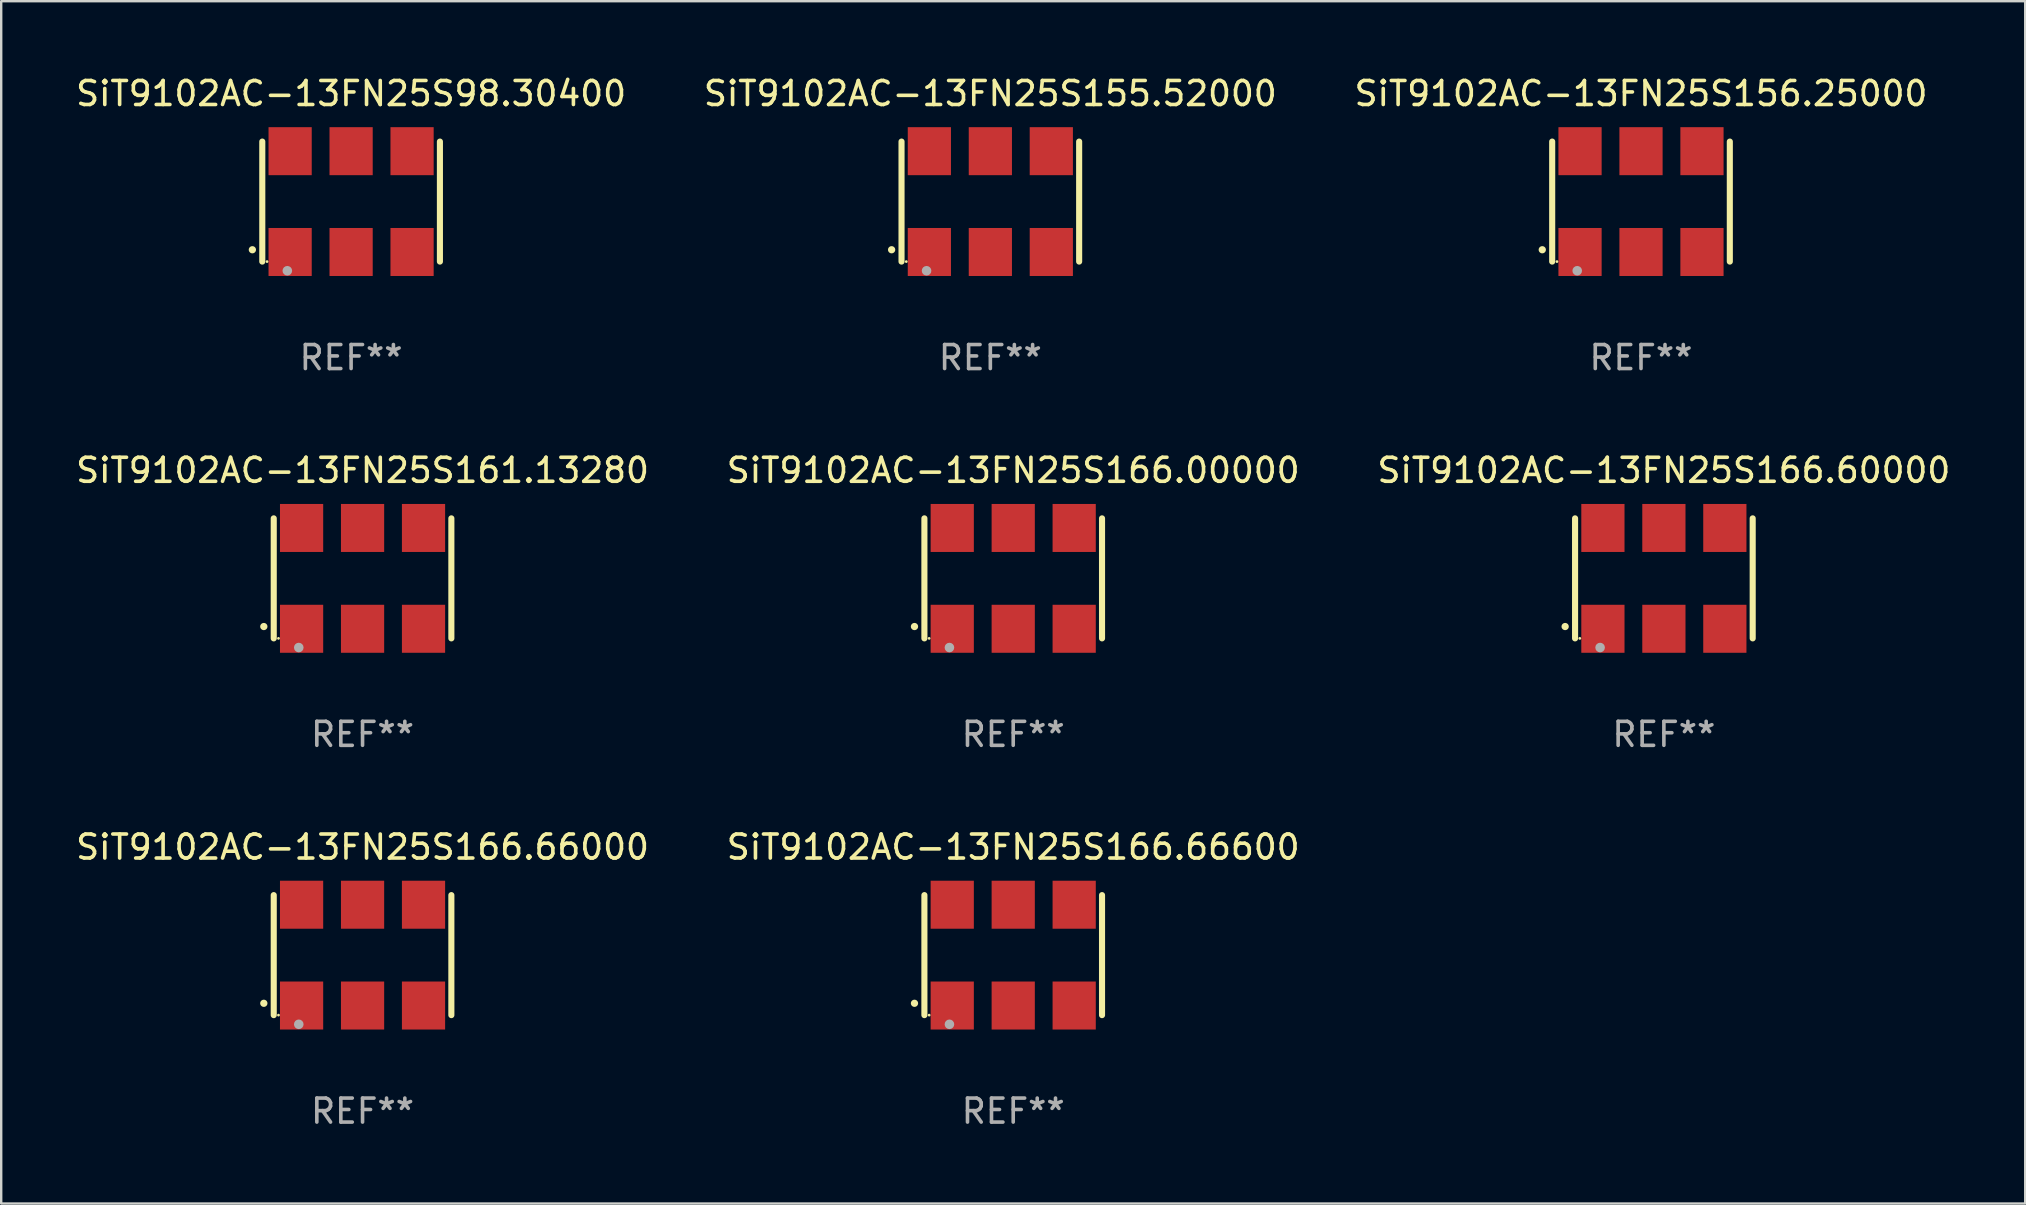
<source format=kicad_pcb>
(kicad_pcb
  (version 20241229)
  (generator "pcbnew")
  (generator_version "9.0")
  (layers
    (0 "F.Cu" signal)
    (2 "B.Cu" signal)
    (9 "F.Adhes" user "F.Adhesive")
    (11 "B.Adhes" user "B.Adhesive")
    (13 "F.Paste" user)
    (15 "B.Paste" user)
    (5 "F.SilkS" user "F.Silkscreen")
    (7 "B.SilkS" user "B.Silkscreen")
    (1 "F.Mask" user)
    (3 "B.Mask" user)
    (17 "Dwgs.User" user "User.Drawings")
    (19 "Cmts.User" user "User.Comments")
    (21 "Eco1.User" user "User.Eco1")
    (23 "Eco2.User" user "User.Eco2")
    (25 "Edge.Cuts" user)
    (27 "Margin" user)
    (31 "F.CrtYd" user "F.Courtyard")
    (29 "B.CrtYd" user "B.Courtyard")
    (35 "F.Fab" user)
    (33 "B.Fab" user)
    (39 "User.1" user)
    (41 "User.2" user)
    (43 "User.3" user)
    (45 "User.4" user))
  (footprint "SiT9102AC-13FN25S161.13280"
    (layer "F.Cu")
    (at 12.054 21.045)
    (property "Reference" "SiT9102AC-13FN25S161.13280" (at 0 -4.5 0) (layer "F.SilkS") (effects (font (size 1 1) (thickness 0.15))))
    (attr through_hole)
    (fp_line (start -3.7 -2.5) (end -3.7 2.5) (stroke (width 0.254) (type solid)) (layer "F.SilkS"))
    (fp_line (start 3.7 -2.5) (end 3.7 2.5) (stroke (width 0.254) (type solid)) (layer "F.SilkS"))
    (fp_arc (start -4.114415 2.006604) (mid -4.113145 2.006599) (end -4.111875 2.006604) (stroke (width 0.3) (type solid)) (layer "F.SilkS"))
    (fp_circle (center -3.502 2.5) (end -3.472 2.5) (stroke (width 0.06) (type solid)) (fill no) (layer "F.SilkS"))
    (fp_circle (center -2.657 2.882) (end -2.557 2.882) (stroke (width 0.2) (type solid)) (fill no) (layer "F.Fab"))
    (fp_text user "REF**" (at 0 6.5 0) (layer "F.Fab") (effects (font (size 1 1) (thickness 0.15))))
    (pad "1" smd rect (at -2.54 2.1) (size 1.8 2) (layers "F.Cu" "F.Mask" "F.Paste"))
    (pad "2" smd rect (at 0.000394 2.1) (size 1.8 2) (layers "F.Cu" "F.Mask" "F.Paste"))
    (pad "3" smd rect (at 2.54 2.1) (size 1.8 2) (layers "F.Cu" "F.Mask" "F.Paste"))
    (pad "4" smd rect (at 2.54 -2.1) (size 1.8 2) (layers "F.Cu" "F.Mask" "F.Paste"))
    (pad "5" smd rect (at 0.000394 -2.1) (size 1.8 2) (layers "F.Cu" "F.Mask" "F.Paste"))
    (pad "6" smd rect (at -2.54 -2.1) (size 1.8 2) (layers "F.Cu" "F.Mask" "F.Paste")))
  (footprint "SiT9102AC-13FN25S156.25000"
    (layer "F.Cu")
    (at 65.315 5.348)
    (property "Reference" "SiT9102AC-13FN25S156.25000" (at 0 -4.5 0) (layer "F.SilkS") (effects (font (size 1 1) (thickness 0.15))))
    (attr through_hole)
    (fp_line (start -3.7 -2.5) (end -3.7 2.5) (stroke (width 0.254) (type solid)) (layer "F.SilkS"))
    (fp_line (start 3.7 -2.5) (end 3.7 2.5) (stroke (width 0.254) (type solid)) (layer "F.SilkS"))
    (fp_arc (start -4.114415 2.006604) (mid -4.113145 2.006599) (end -4.111875 2.006604) (stroke (width 0.3) (type solid)) (layer "F.SilkS"))
    (fp_circle (center -3.502 2.5) (end -3.472 2.5) (stroke (width 0.06) (type solid)) (fill no) (layer "F.SilkS"))
    (fp_circle (center -2.657 2.882) (end -2.557 2.882) (stroke (width 0.2) (type solid)) (fill no) (layer "F.Fab"))
    (fp_text user "REF**" (at 0 6.5 0) (layer "F.Fab") (effects (font (size 1 1) (thickness 0.15))))
    (pad "1" smd rect (at -2.54 2.1) (size 1.8 2) (layers "F.Cu" "F.Mask" "F.Paste"))
    (pad "2" smd rect (at 0.000394 2.1) (size 1.8 2) (layers "F.Cu" "F.Mask" "F.Paste"))
    (pad "3" smd rect (at 2.54 2.1) (size 1.8 2) (layers "F.Cu" "F.Mask" "F.Paste"))
    (pad "4" smd rect (at 2.54 -2.1) (size 1.8 2) (layers "F.Cu" "F.Mask" "F.Paste"))
    (pad "5" smd rect (at 0.000394 -2.1) (size 1.8 2) (layers "F.Cu" "F.Mask" "F.Paste"))
    (pad "6" smd rect (at -2.54 -2.1) (size 1.8 2) (layers "F.Cu" "F.Mask" "F.Paste")))
  (footprint "SiT9102AC-13FN25S166.60000"
    (layer "F.Cu")
    (at 66.268 21.045)
    (property "Reference" "SiT9102AC-13FN25S166.60000" (at 0 -4.5 0) (layer "F.SilkS") (effects (font (size 1 1) (thickness 0.15))))
    (attr through_hole)
    (fp_line (start -3.7 -2.5) (end -3.7 2.5) (stroke (width 0.254) (type solid)) (layer "F.SilkS"))
    (fp_line (start 3.7 -2.5) (end 3.7 2.5) (stroke (width 0.254) (type solid)) (layer "F.SilkS"))
    (fp_arc (start -4.114415 2.006604) (mid -4.113145 2.006599) (end -4.111875 2.006604) (stroke (width 0.3) (type solid)) (layer "F.SilkS"))
    (fp_circle (center -3.502 2.5) (end -3.472 2.5) (stroke (width 0.06) (type solid)) (fill no) (layer "F.SilkS"))
    (fp_circle (center -2.657 2.882) (end -2.557 2.882) (stroke (width 0.2) (type solid)) (fill no) (layer "F.Fab"))
    (fp_text user "REF**" (at 0 6.5 0) (layer "F.Fab") (effects (font (size 1 1) (thickness 0.15))))
    (pad "1" smd rect (at -2.54 2.1) (size 1.8 2) (layers "F.Cu" "F.Mask" "F.Paste"))
    (pad "2" smd rect (at 0.000394 2.1) (size 1.8 2) (layers "F.Cu" "F.Mask" "F.Paste"))
    (pad "3" smd rect (at 2.54 2.1) (size 1.8 2) (layers "F.Cu" "F.Mask" "F.Paste"))
    (pad "4" smd rect (at 2.54 -2.1) (size 1.8 2) (layers "F.Cu" "F.Mask" "F.Paste"))
    (pad "5" smd rect (at 0.000394 -2.1) (size 1.8 2) (layers "F.Cu" "F.Mask" "F.Paste"))
    (pad "6" smd rect (at -2.54 -2.1) (size 1.8 2) (layers "F.Cu" "F.Mask" "F.Paste")))
  (footprint "SiT9102AC-13FN25S98.30400"
    (layer "F.Cu")
    (at 11.577 5.348)
    (property "Reference" "SiT9102AC-13FN25S98.30400" (at 0 -4.5 0) (layer "F.SilkS") (effects (font (size 1 1) (thickness 0.15))))
    (attr through_hole)
    (fp_line (start -3.7 -2.5) (end -3.7 2.5) (stroke (width 0.254) (type solid)) (layer "F.SilkS"))
    (fp_line (start 3.7 -2.5) (end 3.7 2.5) (stroke (width 0.254) (type solid)) (layer "F.SilkS"))
    (fp_arc (start -4.114415 2.006604) (mid -4.113145 2.006599) (end -4.111875 2.006604) (stroke (width 0.3) (type solid)) (layer "F.SilkS"))
    (fp_circle (center -3.502 2.5) (end -3.472 2.5) (stroke (width 0.06) (type solid)) (fill no) (layer "F.SilkS"))
    (fp_circle (center -2.657 2.882) (end -2.557 2.882) (stroke (width 0.2) (type solid)) (fill no) (layer "F.Fab"))
    (fp_text user "REF**" (at 0 6.5 0) (layer "F.Fab") (effects (font (size 1 1) (thickness 0.15))))
    (pad "1" smd rect (at -2.54 2.1) (size 1.8 2) (layers "F.Cu" "F.Mask" "F.Paste"))
    (pad "2" smd rect (at 0.000394 2.1) (size 1.8 2) (layers "F.Cu" "F.Mask" "F.Paste"))
    (pad "3" smd rect (at 2.54 2.1) (size 1.8 2) (layers "F.Cu" "F.Mask" "F.Paste"))
    (pad "4" smd rect (at 2.54 -2.1) (size 1.8 2) (layers "F.Cu" "F.Mask" "F.Paste"))
    (pad "5" smd rect (at 0.000394 -2.1) (size 1.8 2) (layers "F.Cu" "F.Mask" "F.Paste"))
    (pad "6" smd rect (at -2.54 -2.1) (size 1.8 2) (layers "F.Cu" "F.Mask" "F.Paste")))
  (footprint "SiT9102AC-13FN25S166.00000"
    (layer "F.Cu")
    (at 39.161 21.045)
    (property "Reference" "SiT9102AC-13FN25S166.00000" (at 0 -4.5 0) (layer "F.SilkS") (effects (font (size 1 1) (thickness 0.15))))
    (attr through_hole)
    (fp_line (start -3.7 -2.5) (end -3.7 2.5) (stroke (width 0.254) (type solid)) (layer "F.SilkS"))
    (fp_line (start 3.7 -2.5) (end 3.7 2.5) (stroke (width 0.254) (type solid)) (layer "F.SilkS"))
    (fp_arc (start -4.114415 2.006604) (mid -4.113145 2.006599) (end -4.111875 2.006604) (stroke (width 0.3) (type solid)) (layer "F.SilkS"))
    (fp_circle (center -3.502 2.5) (end -3.472 2.5) (stroke (width 0.06) (type solid)) (fill no) (layer "F.SilkS"))
    (fp_circle (center -2.657 2.882) (end -2.557 2.882) (stroke (width 0.2) (type solid)) (fill no) (layer "F.Fab"))
    (fp_text user "REF**" (at 0 6.5 0) (layer "F.Fab") (effects (font (size 1 1) (thickness 0.15))))
    (pad "1" smd rect (at -2.54 2.1) (size 1.8 2) (layers "F.Cu" "F.Mask" "F.Paste"))
    (pad "2" smd rect (at 0.000394 2.1) (size 1.8 2) (layers "F.Cu" "F.Mask" "F.Paste"))
    (pad "3" smd rect (at 2.54 2.1) (size 1.8 2) (layers "F.Cu" "F.Mask" "F.Paste"))
    (pad "4" smd rect (at 2.54 -2.1) (size 1.8 2) (layers "F.Cu" "F.Mask" "F.Paste"))
    (pad "5" smd rect (at 0.000394 -2.1) (size 1.8 2) (layers "F.Cu" "F.Mask" "F.Paste"))
    (pad "6" smd rect (at -2.54 -2.1) (size 1.8 2) (layers "F.Cu" "F.Mask" "F.Paste")))
  (footprint "SiT9102AC-13FN25S166.66000"
    (layer "F.Cu")
    (at 12.054 36.741)
    (property "Reference" "SiT9102AC-13FN25S166.66000" (at 0 -4.5 0) (layer "F.SilkS") (effects (font (size 1 1) (thickness 0.15))))
    (attr through_hole)
    (fp_line (start -3.7 -2.5) (end -3.7 2.5) (stroke (width 0.254) (type solid)) (layer "F.SilkS"))
    (fp_line (start 3.7 -2.5) (end 3.7 2.5) (stroke (width 0.254) (type solid)) (layer "F.SilkS"))
    (fp_arc (start -4.114415 2.006604) (mid -4.113145 2.006599) (end -4.111875 2.006604) (stroke (width 0.3) (type solid)) (layer "F.SilkS"))
    (fp_circle (center -3.502 2.5) (end -3.472 2.5) (stroke (width 0.06) (type solid)) (fill no) (layer "F.SilkS"))
    (fp_circle (center -2.657 2.882) (end -2.557 2.882) (stroke (width 0.2) (type solid)) (fill no) (layer "F.Fab"))
    (fp_text user "REF**" (at 0 6.5 0) (layer "F.Fab") (effects (font (size 1 1) (thickness 0.15))))
    (pad "1" smd rect (at -2.54 2.1) (size 1.8 2) (layers "F.Cu" "F.Mask" "F.Paste"))
    (pad "2" smd rect (at 0.000394 2.1) (size 1.8 2) (layers "F.Cu" "F.Mask" "F.Paste"))
    (pad "3" smd rect (at 2.54 2.1) (size 1.8 2) (layers "F.Cu" "F.Mask" "F.Paste"))
    (pad "4" smd rect (at 2.54 -2.1) (size 1.8 2) (layers "F.Cu" "F.Mask" "F.Paste"))
    (pad "5" smd rect (at 0.000394 -2.1) (size 1.8 2) (layers "F.Cu" "F.Mask" "F.Paste"))
    (pad "6" smd rect (at -2.54 -2.1) (size 1.8 2) (layers "F.Cu" "F.Mask" "F.Paste")))
  (footprint "SiT9102AC-13FN25S166.66600"
    (layer "F.Cu")
    (at 39.161 36.741)
    (property "Reference" "SiT9102AC-13FN25S166.66600" (at 0 -4.5 0) (layer "F.SilkS") (effects (font (size 1 1) (thickness 0.15))))
    (attr through_hole)
    (fp_line (start -3.7 -2.5) (end -3.7 2.5) (stroke (width 0.254) (type solid)) (layer "F.SilkS"))
    (fp_line (start 3.7 -2.5) (end 3.7 2.5) (stroke (width 0.254) (type solid)) (layer "F.SilkS"))
    (fp_arc (start -4.114415 2.006604) (mid -4.113145 2.006599) (end -4.111875 2.006604) (stroke (width 0.3) (type solid)) (layer "F.SilkS"))
    (fp_circle (center -3.502 2.5) (end -3.472 2.5) (stroke (width 0.06) (type solid)) (fill no) (layer "F.SilkS"))
    (fp_circle (center -2.657 2.882) (end -2.557 2.882) (stroke (width 0.2) (type solid)) (fill no) (layer "F.Fab"))
    (fp_text user "REF**" (at 0 6.5 0) (layer "F.Fab") (effects (font (size 1 1) (thickness 0.15))))
    (pad "1" smd rect (at -2.54 2.1) (size 1.8 2) (layers "F.Cu" "F.Mask" "F.Paste"))
    (pad "2" smd rect (at 0.000394 2.1) (size 1.8 2) (layers "F.Cu" "F.Mask" "F.Paste"))
    (pad "3" smd rect (at 2.54 2.1) (size 1.8 2) (layers "F.Cu" "F.Mask" "F.Paste"))
    (pad "4" smd rect (at 2.54 -2.1) (size 1.8 2) (layers "F.Cu" "F.Mask" "F.Paste"))
    (pad "5" smd rect (at 0.000394 -2.1) (size 1.8 2) (layers "F.Cu" "F.Mask" "F.Paste"))
    (pad "6" smd rect (at -2.54 -2.1) (size 1.8 2) (layers "F.Cu" "F.Mask" "F.Paste")))
  (footprint "SiT9102AC-13FN25S155.52000"
    (layer "F.Cu")
    (at 38.208 5.348)
    (property "Reference" "SiT9102AC-13FN25S155.52000" (at 0 -4.5 0) (layer "F.SilkS") (effects (font (size 1 1) (thickness 0.15))))
    (attr through_hole)
    (fp_line (start -3.7 -2.5) (end -3.7 2.5) (stroke (width 0.254) (type solid)) (layer "F.SilkS"))
    (fp_line (start 3.7 -2.5) (end 3.7 2.5) (stroke (width 0.254) (type solid)) (layer "F.SilkS"))
    (fp_arc (start -4.114415 2.006604) (mid -4.113145 2.006599) (end -4.111875 2.006604) (stroke (width 0.3) (type solid)) (layer "F.SilkS"))
    (fp_circle (center -3.502 2.5) (end -3.472 2.5) (stroke (width 0.06) (type solid)) (fill no) (layer "F.SilkS"))
    (fp_circle (center -2.657 2.882) (end -2.557 2.882) (stroke (width 0.2) (type solid)) (fill no) (layer "F.Fab"))
    (fp_text user "REF**" (at 0 6.5 0) (layer "F.Fab") (effects (font (size 1 1) (thickness 0.15))))
    (pad "1" smd rect (at -2.54 2.1) (size 1.8 2) (layers "F.Cu" "F.Mask" "F.Paste"))
    (pad "2" smd rect (at 0.000394 2.1) (size 1.8 2) (layers "F.Cu" "F.Mask" "F.Paste"))
    (pad "3" smd rect (at 2.54 2.1) (size 1.8 2) (layers "F.Cu" "F.Mask" "F.Paste"))
    (pad "4" smd rect (at 2.54 -2.1) (size 1.8 2) (layers "F.Cu" "F.Mask" "F.Paste"))
    (pad "5" smd rect (at 0.000394 -2.1) (size 1.8 2) (layers "F.Cu" "F.Mask" "F.Paste"))
    (pad "6" smd rect (at -2.54 -2.1) (size 1.8 2) (layers "F.Cu" "F.Mask" "F.Paste")))
  (gr_rect
    (start -3 -3)
    (end 81.321 47.09)
    (stroke (width 0.1) (type default))
    (fill no)
    (layer "Edge.Cuts")))
</source>
